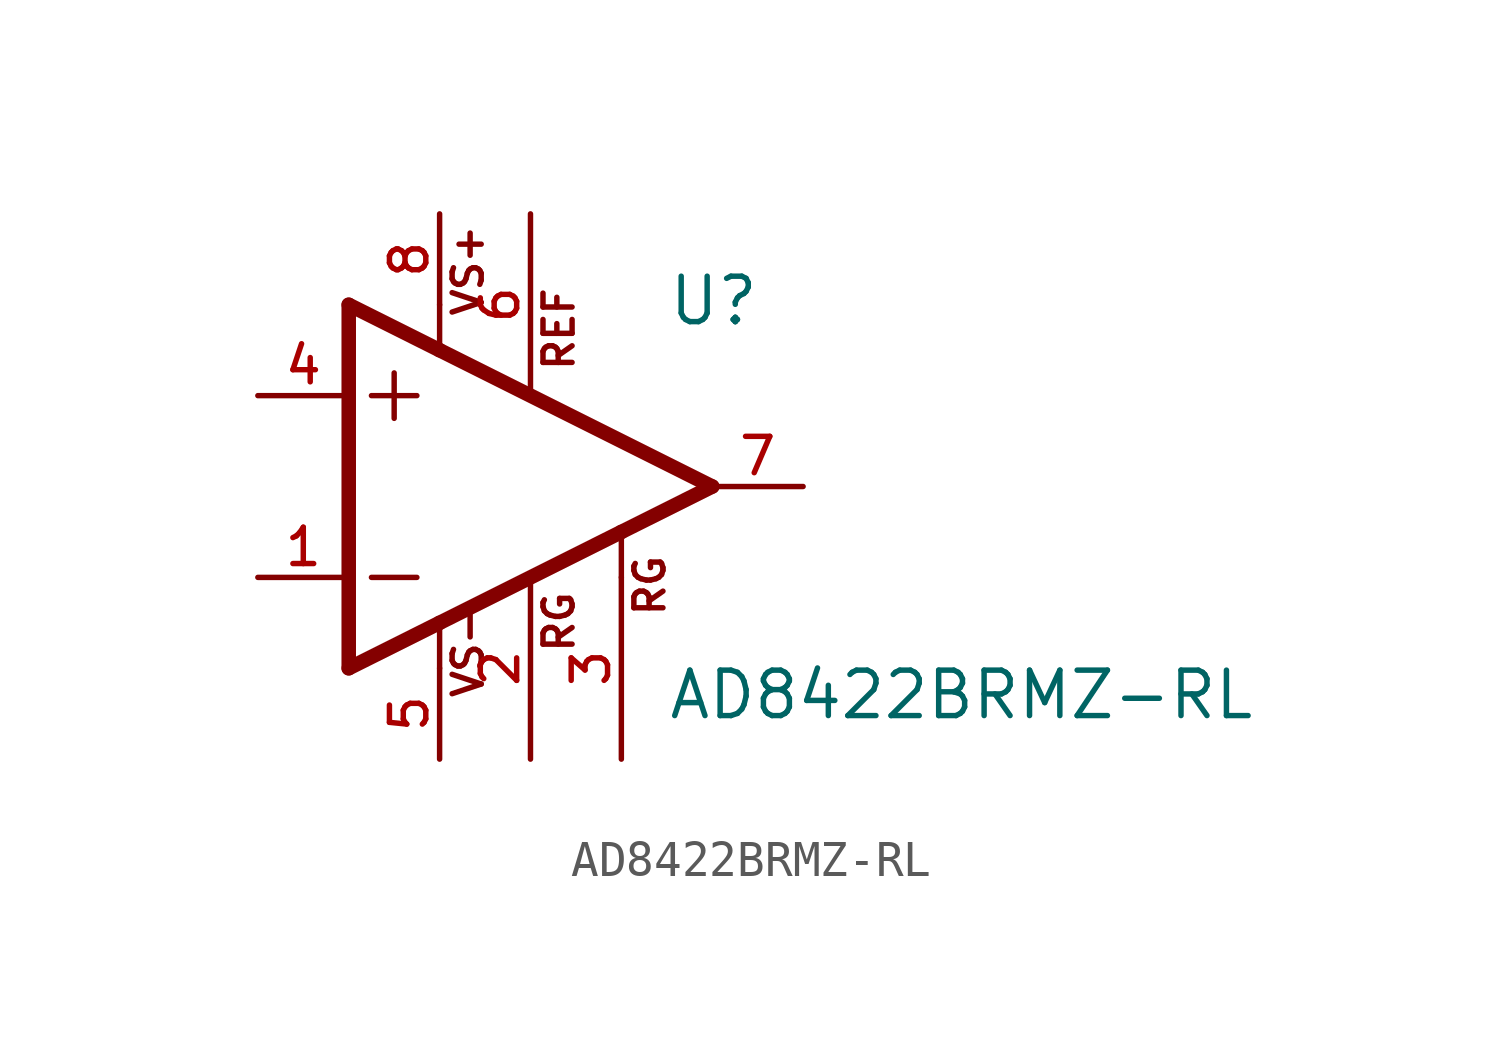
<source format=kicad_sym>
(kicad_symbol_lib
  (version 20211014)
  (generator kicad_symbol_editor)
  (symbol "AD8422BRMZ-RL"
    (pin_names
      (offset 1.016))
    (property "Reference" "U"
      (at 3.81 4.445 0)
      (effects (font (size 1.27 1.27)) (justify bottom left)))
    (property "Value" "AD8422BRMZ-RL"
      (at 3.81 -5.08 0)
      (effects (font (size 1.27 1.27)) (justify top left)))
    (symbol "AD8422BRMZ-RL_0_0"
      (polyline (pts (xy -5.08 5.08) (xy -5.08 -5.08)) (stroke (width 0.406)))
      (polyline (pts (xy -5.08 -5.08) (xy -2.54 -3.81)) (stroke (width 0.406)))
      (polyline (pts (xy -2.54 -3.81) (xy 2.54 -1.27)) (stroke (width 0.406)))
      (polyline (pts (xy 2.54 -1.27) (xy 5.08 0.0)) (stroke (width 0.406)))
      (polyline (pts (xy 5.08 0.0) (xy -2.54 3.81)) (stroke (width 0.406)))
      (polyline (pts (xy -2.54 3.81) (xy -5.08 5.08)) (stroke (width 0.406)))
      (polyline (pts (xy -3.81 3.175) (xy -3.81 1.905)) (stroke (width 0.152)))
      (polyline (pts (xy -4.445 2.54) (xy -3.175 2.54)) (stroke (width 0.152)))
      (polyline (pts (xy -4.445 -2.54) (xy -3.175 -2.54)) (stroke (width 0.152)))
      (text "VS+" (at -1.27 4.699 900) (effects (font (size 0.813 0.813)) (justify bottom left)))
      (text "VS-" (at -1.27 -5.969 900) (effects (font (size 0.813 0.813)) (justify bottom left)))
      (polyline (pts (xy 2.54 -2.54) (xy 2.54 -1.27)) (stroke (width 0.152)))
      (text "REF" (at 1.27 3.175 900) (effects (font (size 0.813 0.813)) (justify bottom left)))
      (text "RG" (at 1.27 -4.699 900) (effects (font (size 0.813 0.813)) (justify bottom left)))
      (polyline (pts (xy -2.54 5.08) (xy -2.54 3.81)) (stroke (width 0.152)))
      (polyline (pts (xy -2.54 -5.08) (xy -2.54 -3.81)) (stroke (width 0.152)))
      (text "RG" (at 3.81 -3.683 900) (effects (font (size 0.813 0.813)) (justify bottom left)))
      (pin input line (at -7.62 -2.54 0) (length 2.54) (name "~" (effects (font (size 1.016 1.016)))) (number "1" (effects (font (size 1.016 1.016)))))
      (pin input line (at -7.62 2.54 0) (length 2.54) (name "~" (effects (font (size 1.016 1.016)))) (number "4" (effects (font (size 1.016 1.016)))))
      (pin output line (at 7.62 0.0 180.0) (length 2.54) (name "~" (effects (font (size 1.016 1.016)))) (number "7" (effects (font (size 1.016 1.016)))))
      (pin power_in line (at -2.54 7.62 270.0) (length 2.54) (name "~" (effects (font (size 1.016 1.016)))) (number "8" (effects (font (size 1.016 1.016)))))
      (pin power_in line (at -2.54 -7.62 90.0) (length 2.54) (name "~" (effects (font (size 1.016 1.016)))) (number "5" (effects (font (size 1.016 1.016)))))
      (pin input line (at 0.0 7.62 270.0) (length 5.08) (name "~" (effects (font (size 1.016 1.016)))) (number "6" (effects (font (size 1.016 1.016)))))
      (pin passive line (at 0.0 -7.62 90.0) (length 5.08) (name "~" (effects (font (size 1.016 1.016)))) (number "2" (effects (font (size 1.016 1.016)))))
      (pin passive line (at 2.54 -7.62 90.0) (length 5.08) (name "~" (effects (font (size 1.016 1.016)))) (number "3" (effects (font (size 1.016 1.016))))))))
</source>
